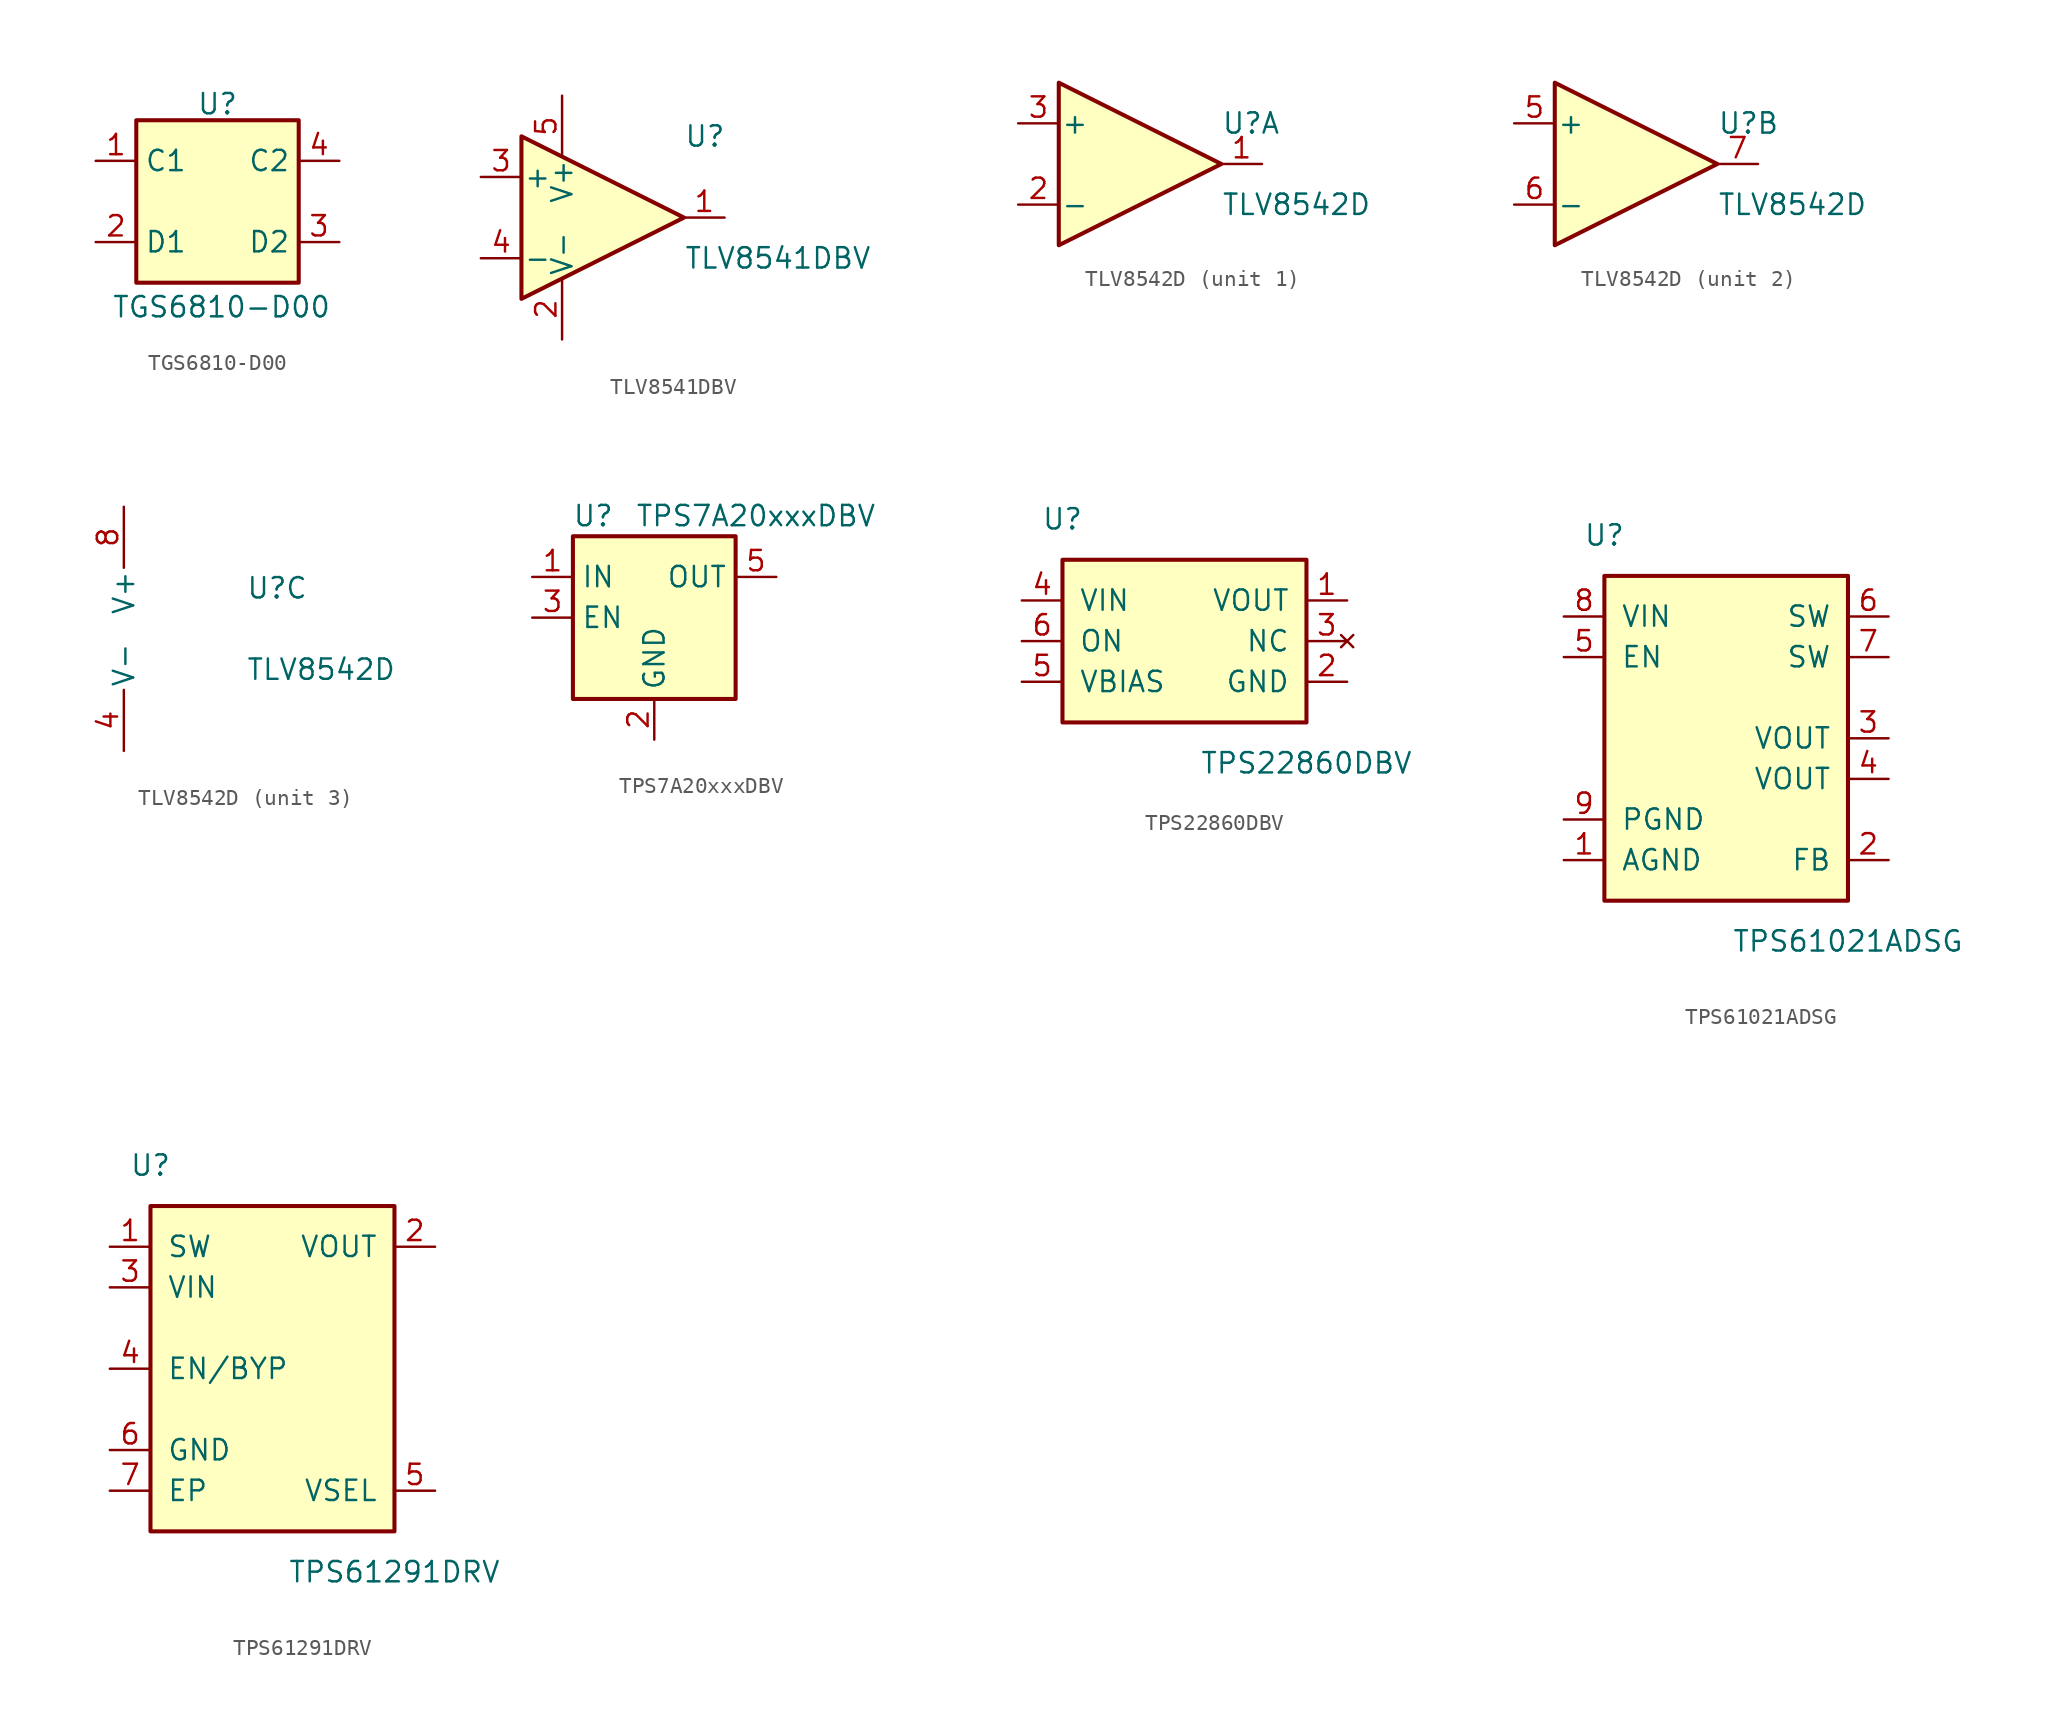
<source format=kicad_sym>
(kicad_symbol_lib
  (version 20231120)
  (generator "kicad_symbol_editor")
  (generator_version "8.0")
  (symbol "TGS6810-D00"
    (property "Reference" "U"
      (at 0 6.096 0)
      (effects (font (size 1.27 1.27))))
    (property "Value" "TGS6810-D00"
      (at 0.254 -6.604 0)
      (effects (font (size 1.27 1.27))))
    (symbol "TGS6810-D00_0_1"
      (rectangle (start -5.08 5.08) (end 5.08 -5.08) (stroke (width 0.254) (type default)) (fill (type background))))
    (symbol "TGS6810-D00_1_1"
      (pin power_in line (at -7.62 2.54 0) (length 2.54) (name "C1" (effects (font (size 1.27 1.27)))) (number "1" (effects (font (size 1.27 1.27)))))
      (pin power_in line (at -7.62 -2.54 0) (length 2.54) (name "D1" (effects (font (size 1.27 1.27)))) (number "2" (effects (font (size 1.27 1.27)))))
      (pin output line (at 7.62 -2.54 180) (length 2.54) (name "D2" (effects (font (size 1.27 1.27)))) (number "3" (effects (font (size 1.27 1.27)))))
      (pin output line (at 7.62 2.54 180) (length 2.54) (name "C2" (effects (font (size 1.27 1.27)))) (number "4" (effects (font (size 1.27 1.27)))))))
  (symbol "TLV8541DBV"
    (pin_names
      (offset 0.127))
    (property "Reference" "U"
      (at 7.62 5.08 0)
      (effects (font (size 1.27 1.27)) (justify left)))
    (property "Value" "TLV8541DBV"
      (at 7.62 -2.54 0)
      (effects (font (size 1.27 1.27)) (justify left)))
    (symbol "TLV8541DBV_1_1"
      (polyline (pts (xy -2.54 5.08) (xy -2.54 -5.08) (xy 7.62 0) (xy -2.54 5.08)) (stroke (width 0.254) (type default)) (fill (type background)))
      (pin output line (at 10.16 0 180) (length 2.54) (name "~" (effects (font (size 1.27 1.27)))) (number "1" (effects (font (size 1.27 1.27)))))
      (pin power_in line (at 0 -7.62 90) (length 3.81) (name "V-" (effects (font (size 1.27 1.27)))) (number "2" (effects (font (size 1.27 1.27)))))
      (pin input line (at -5.08 2.54 0) (length 2.54) (name "+" (effects (font (size 1.27 1.27)))) (number "3" (effects (font (size 1.27 1.27)))))
      (pin input line (at -5.08 -2.54 0) (length 2.54) (name "-" (effects (font (size 1.27 1.27)))) (number "4" (effects (font (size 1.27 1.27)))))
      (pin power_in line (at 0 7.62 270) (length 3.81) (name "V+" (effects (font (size 1.27 1.27)))) (number "5" (effects (font (size 1.27 1.27)))))))
  (symbol "TLV8542D"
    (pin_names
      (offset 0.127))
    (property "Reference" "U"
      (at 5.08 2.54 0)
      (effects (font (size 1.27 1.27)) (justify left)))
    (property "Value" "TLV8542D"
      (at 5.08 -2.54 0)
      (effects (font (size 1.27 1.27)) (justify left)))
    (symbol "TLV8542D_1_1"
      (polyline (pts (xy -5.08 5.08) (xy 5.08 0) (xy -5.08 -5.08) (xy -5.08 5.08)) (stroke (width 0.254) (type default)) (fill (type background)))
      (pin output line (at 7.62 0 180) (length 2.54) (name "~" (effects (font (size 1.27 1.27)))) (number "1" (effects (font (size 1.27 1.27)))))
      (pin input line (at -7.62 -2.54 0) (length 2.54) (name "-" (effects (font (size 1.27 1.27)))) (number "2" (effects (font (size 1.27 1.27)))))
      (pin input line (at -7.62 2.54 0) (length 2.54) (name "+" (effects (font (size 1.27 1.27)))) (number "3" (effects (font (size 1.27 1.27))))))
    (symbol "TLV8542D_2_1"
      (polyline (pts (xy -5.08 5.08) (xy 5.08 0) (xy -5.08 -5.08) (xy -5.08 5.08)) (stroke (width 0.254) (type default)) (fill (type background)))
      (pin input line (at -7.62 2.54 0) (length 2.54) (name "+" (effects (font (size 1.27 1.27)))) (number "5" (effects (font (size 1.27 1.27)))))
      (pin input line (at -7.62 -2.54 0) (length 2.54) (name "-" (effects (font (size 1.27 1.27)))) (number "6" (effects (font (size 1.27 1.27)))))
      (pin output line (at 7.62 0 180) (length 2.54) (name "~" (effects (font (size 1.27 1.27)))) (number "7" (effects (font (size 1.27 1.27))))))
    (symbol "TLV8542D_3_1"
      (pin power_in line (at -2.54 -7.62 90) (length 3.81) (name "V-" (effects (font (size 1.27 1.27)))) (number "4" (effects (font (size 1.27 1.27)))))
      (pin power_in line (at -2.54 7.62 270) (length 3.81) (name "V+" (effects (font (size 1.27 1.27)))) (number "8" (effects (font (size 1.27 1.27)))))))
  (symbol "TPS7A20xxxDBV"
    (property "Reference" "U"
      (at -3.81 6.35 0)
      (effects (font (size 1.27 1.27))))
    (property "Value" "TPS7A20xxxDBV"
      (at 6.35 6.35 0)
      (effects (font (size 1.27 1.27))))
    (symbol "TPS7A20xxxDBV_0_1"
      (rectangle (start -5.08 5.08) (end 5.08 -5.08) (stroke (width 0.254) (type default)) (fill (type background)))
      (pin power_in line (at 0 -7.62 90) (length 2.54) (name "GND" (effects (font (size 1.27 1.27)))) (number "2" (effects (font (size 1.27 1.27)))))
      (pin input line (at -7.62 0 0) (length 2.54) (name "EN" (effects (font (size 1.27 1.27)))) (number "3" (effects (font (size 1.27 1.27))))))
    (symbol "TPS7A20xxxDBV_1_1"
      (pin power_in line (at -7.62 2.54 0) (length 2.54) (name "IN" (effects (font (size 1.27 1.27)))) (number "1" (effects (font (size 1.27 1.27)))))
      (pin no_connect line (at 7.62 0 180) (length 2.54) hide (name "NC" (effects (font (size 1.27 1.27)))) (number "4" (effects (font (size 1.27 1.27)))))
      (pin power_out line (at 7.62 2.54 180) (length 2.54) (name "OUT" (effects (font (size 1.27 1.27)))) (number "5" (effects (font (size 1.27 1.27)))))))
  (symbol "TPS22860DBV"
    (pin_names
      (offset 1.016))
    (property "Reference" "U"
      (at -7.62 7.62 0)
      (effects (font (size 1.27 1.27))))
    (property "Value" "TPS22860DBV"
      (at 7.62 -7.62 0)
      (effects (font (size 1.27 1.27))))
    (symbol "TPS22860DBV_1_1"
      (rectangle (start -7.62 5.08) (end 7.62 -5.08) (stroke (width 0.254) (type default)) (fill (type background)))
      (pin power_out line (at 10.16 2.54 180) (length 2.54) (name "VOUT" (effects (font (size 1.27 1.27)))) (number "1" (effects (font (size 1.27 1.27)))))
      (pin power_in line (at 10.16 -2.54 180) (length 2.54) (name "GND" (effects (font (size 1.27 1.27)))) (number "2" (effects (font (size 1.27 1.27)))))
      (pin no_connect line (at 10.16 0 180) (length 2.54) (name "NC" (effects (font (size 1.27 1.27)))) (number "3" (effects (font (size 1.27 1.27)))))
      (pin power_in line (at -10.16 2.54 0) (length 2.54) (name "VIN" (effects (font (size 1.27 1.27)))) (number "4" (effects (font (size 1.27 1.27)))))
      (pin power_in line (at -10.16 -2.54 0) (length 2.54) (name "VBIAS" (effects (font (size 1.27 1.27)))) (number "5" (effects (font (size 1.27 1.27)))))
      (pin input line (at -10.16 0 0) (length 2.54) (name "ON" (effects (font (size 1.27 1.27)))) (number "6" (effects (font (size 1.27 1.27)))))))
  (symbol "TPS61021ADSG"
    (pin_names
      (offset 1.016))
    (property "Reference" "U"
      (at -7.62 12.7 0)
      (effects (font (size 1.27 1.27))))
    (property "Value" "TPS61021ADSG"
      (at 7.62 -12.7 0)
      (effects (font (size 1.27 1.27))))
    (symbol "TPS61021ADSG_1_1"
      (rectangle (start -7.62 10.16) (end 7.62 -10.16) (stroke (width 0.254) (type default)) (fill (type background)))
      (pin power_in line (at -10.16 -7.62 0) (length 2.54) (name "AGND" (effects (font (size 1.27 1.27)))) (number "1" (effects (font (size 1.27 1.27)))))
      (pin input line (at 10.16 -7.62 180) (length 2.54) (name "FB" (effects (font (size 1.27 1.27)))) (number "2" (effects (font (size 1.27 1.27)))))
      (pin power_out line (at 10.16 0 180) (length 2.54) (name "VOUT" (effects (font (size 1.27 1.27)))) (number "3" (effects (font (size 1.27 1.27)))))
      (pin power_out line (at 10.16 -2.54 180) (length 2.54) (name "VOUT" (effects (font (size 1.27 1.27)))) (number "4" (effects (font (size 1.27 1.27)))))
      (pin input line (at -10.16 5.08 0) (length 2.54) (name "EN" (effects (font (size 1.27 1.27)))) (number "5" (effects (font (size 1.27 1.27)))))
      (pin input line (at 10.16 7.62 180) (length 2.54) (name "SW" (effects (font (size 1.27 1.27)))) (number "6" (effects (font (size 1.27 1.27)))))
      (pin input line (at 10.16 5.08 180) (length 2.54) (name "SW" (effects (font (size 1.27 1.27)))) (number "7" (effects (font (size 1.27 1.27)))))
      (pin power_in line (at -10.16 7.62 0) (length 2.54) (name "VIN" (effects (font (size 1.27 1.27)))) (number "8" (effects (font (size 1.27 1.27)))))
      (pin power_in line (at -10.16 -5.08 0) (length 2.54) (name "PGND" (effects (font (size 1.27 1.27)))) (number "9" (effects (font (size 1.27 1.27)))))))
  (symbol "TPS61291DRV"
    (pin_names
      (offset 1.016))
    (property "Reference" "U"
      (at -7.62 12.7 0)
      (effects (font (size 1.27 1.27))))
    (property "Value" "TPS61291DRV"
      (at 7.62 -12.7 0)
      (effects (font (size 1.27 1.27))))
    (symbol "TPS61291DRV_1_1"
      (rectangle (start -7.62 10.16) (end 7.62 -10.16) (stroke (width 0.254) (type default)) (fill (type background)))
      (pin input line (at -10.16 7.62 0) (length 2.54) (name "SW" (effects (font (size 1.27 1.27)))) (number "1" (effects (font (size 1.27 1.27)))))
      (pin power_out line (at 10.16 7.62 180) (length 2.54) (name "VOUT" (effects (font (size 1.27 1.27)))) (number "2" (effects (font (size 1.27 1.27)))))
      (pin power_in line (at -10.16 5.08 0) (length 2.54) (name "VIN" (effects (font (size 1.27 1.27)))) (number "3" (effects (font (size 1.27 1.27)))))
      (pin input line (at -10.16 0 0) (length 2.54) (name "EN/BYP" (effects (font (size 1.27 1.27)))) (number "4" (effects (font (size 1.27 1.27)))))
      (pin input line (at 10.16 -7.62 180) (length 2.54) (name "VSEL" (effects (font (size 1.27 1.27)))) (number "5" (effects (font (size 1.27 1.27)))))
      (pin power_in line (at -10.16 -5.08 0) (length 2.54) (name "GND" (effects (font (size 1.27 1.27)))) (number "6" (effects (font (size 1.27 1.27)))))
      (pin power_in line (at -10.16 -7.62 0) (length 2.54) (name "EP" (effects (font (size 1.27 1.27)))) (number "7" (effects (font (size 1.27 1.27))))))))
</source>
